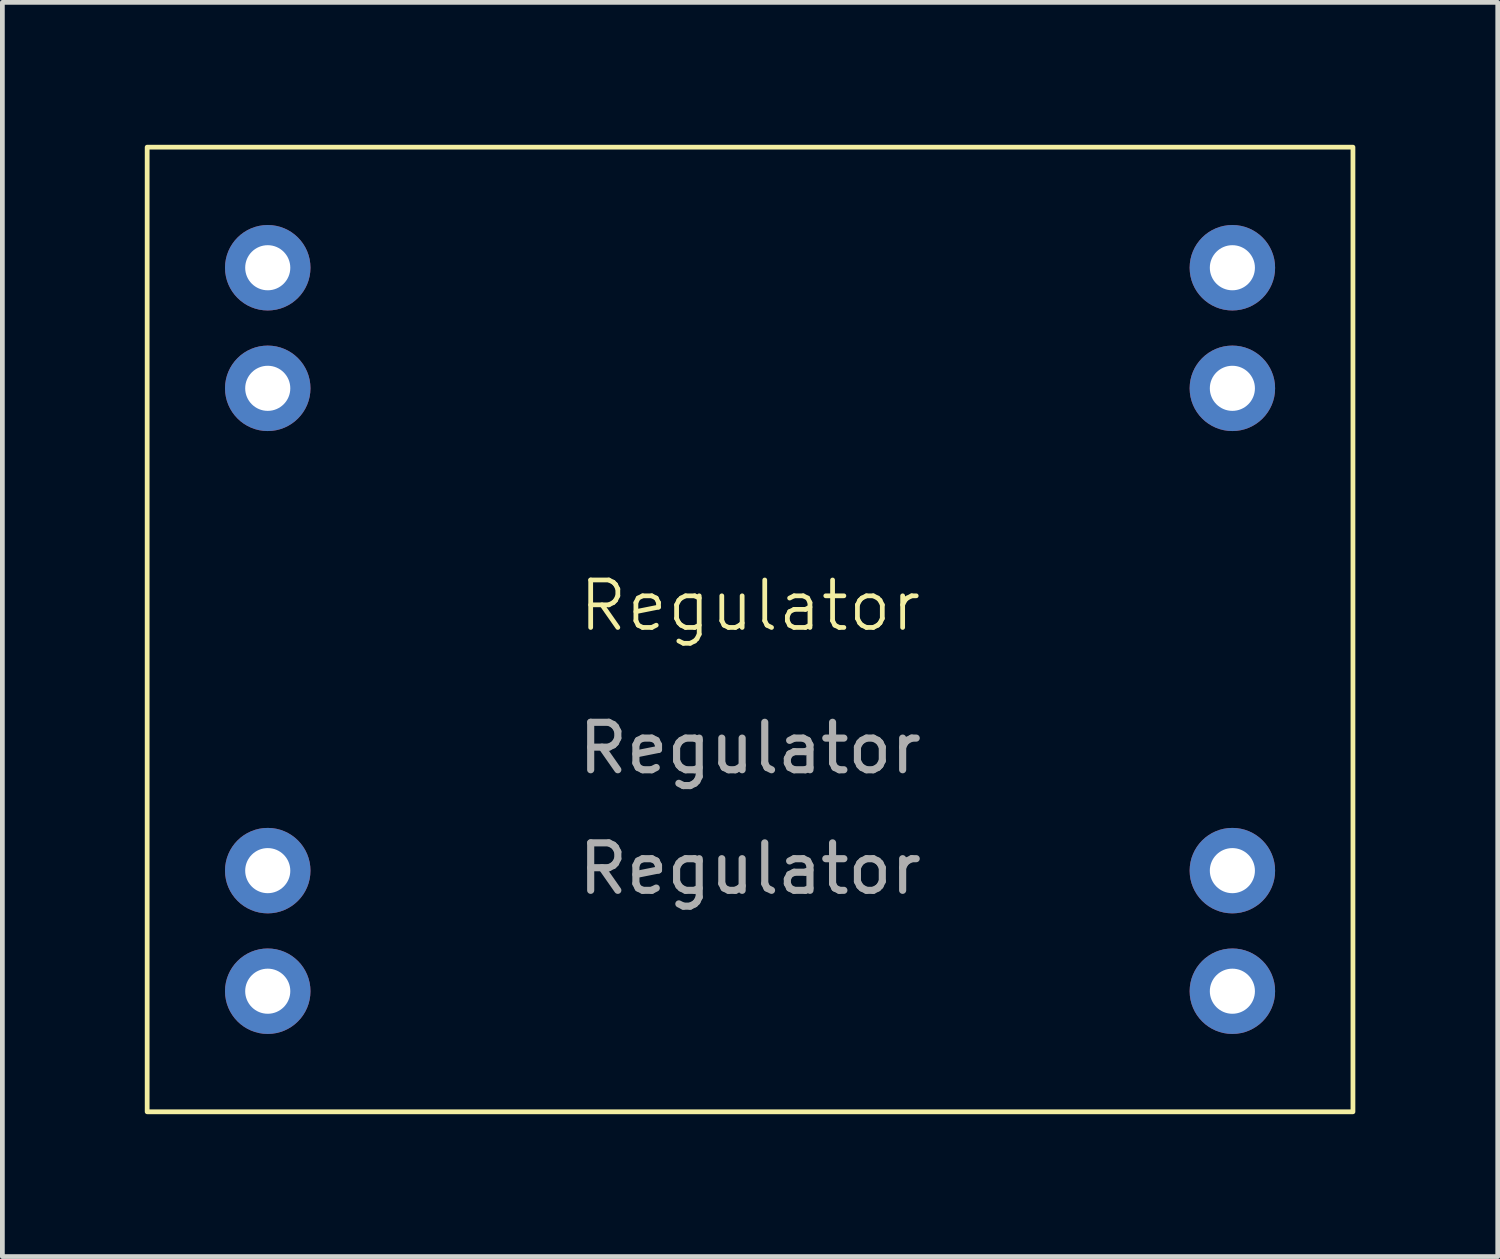
<source format=kicad_pcb>
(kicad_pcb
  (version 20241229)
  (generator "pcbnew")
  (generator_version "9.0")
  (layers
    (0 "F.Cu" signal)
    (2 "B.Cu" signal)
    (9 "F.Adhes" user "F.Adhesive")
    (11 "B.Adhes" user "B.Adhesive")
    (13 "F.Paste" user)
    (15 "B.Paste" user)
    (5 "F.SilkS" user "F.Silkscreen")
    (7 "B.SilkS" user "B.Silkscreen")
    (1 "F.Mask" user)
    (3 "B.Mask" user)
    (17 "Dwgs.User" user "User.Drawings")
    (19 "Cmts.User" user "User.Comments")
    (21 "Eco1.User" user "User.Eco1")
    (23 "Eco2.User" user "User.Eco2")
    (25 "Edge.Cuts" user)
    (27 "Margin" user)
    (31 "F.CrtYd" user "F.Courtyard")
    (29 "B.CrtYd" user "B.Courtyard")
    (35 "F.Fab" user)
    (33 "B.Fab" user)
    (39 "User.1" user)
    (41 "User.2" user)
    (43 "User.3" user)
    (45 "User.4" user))
  (footprint "Regulator"
    (layer "F.Cu")
    (at 12.75 10.21)
    (property "Reference" "Regulator" (at 0 -0.5 0) (unlocked yes) (layer "F.SilkS") (effects (font (size 1 1) (thickness 0.1))))
    (attr through_hole)
    (fp_rect (start -12.7 -10.16) (end 12.7 10.16) (stroke (width 0.1) (type default)) (fill no) (layer "F.SilkS"))
    (fp_text user "${REFERENCE}" (at 0 2.5 0) (unlocked yes) (layer "F.Fab") (effects (font (size 1 1) (thickness 0.15))))
    (fp_text user "${REFERENCE}" (at 0 5.04 0) (unlocked yes) (layer "F.Fab") (effects (font (size 1 1) (thickness 0.15))))
    (pad "1" thru_hole circle (at -10.16 -7.62) (size 1.8 1.8) (drill 0.95) (layers "*.Cu" "*.Mask"))
    (pad "2" thru_hole circle (at -10.16 -5.08) (size 1.8 1.8) (drill 0.95) (layers "*.Cu" "*.Mask"))
    (pad "3" thru_hole circle (at -10.16 5.08) (size 1.8 1.8) (drill 0.95) (layers "*.Cu" "*.Mask"))
    (pad "4" thru_hole circle (at -10.16 7.62) (size 1.8 1.8) (drill 0.95) (layers "*.Cu" "*.Mask"))
    (pad "5" thru_hole circle (at 10.16 -7.62) (size 1.8 1.8) (drill 0.95) (layers "*.Cu" "*.Mask"))
    (pad "6" thru_hole circle (at 10.16 -5.08) (size 1.8 1.8) (drill 0.95) (layers "*.Cu" "*.Mask"))
    (pad "7" thru_hole circle (at 10.16 5.08) (size 1.8 1.8) (drill 0.95) (layers "*.Cu" "*.Mask"))
    (pad "8" thru_hole circle (at 10.16 7.62) (size 1.8 1.8) (drill 0.95) (layers "*.Cu" "*.Mask"))
    (zone (net_name "") (layer "F.SilkS") (hatch edge 0.5) (connect_pads) (min_thickness 0.25) (filled_areas_thickness no) (keepout (tracks not_allowed) (vias not_allowed) (pads not_allowed) (copperpour allowed) (footprints allowed)) (placement (enabled no)) (fill) (polygon (pts (xy 0.05 0.05) (xy 0.05 20.37) (xy 25.45 20.37) (xy 25.45 0.05)))))
  (gr_rect
    (start -3 -3)
    (end 28.5 23.42)
    (stroke (width 0.1) (type default))
    (fill no)
    (layer "Edge.Cuts")))
</source>
